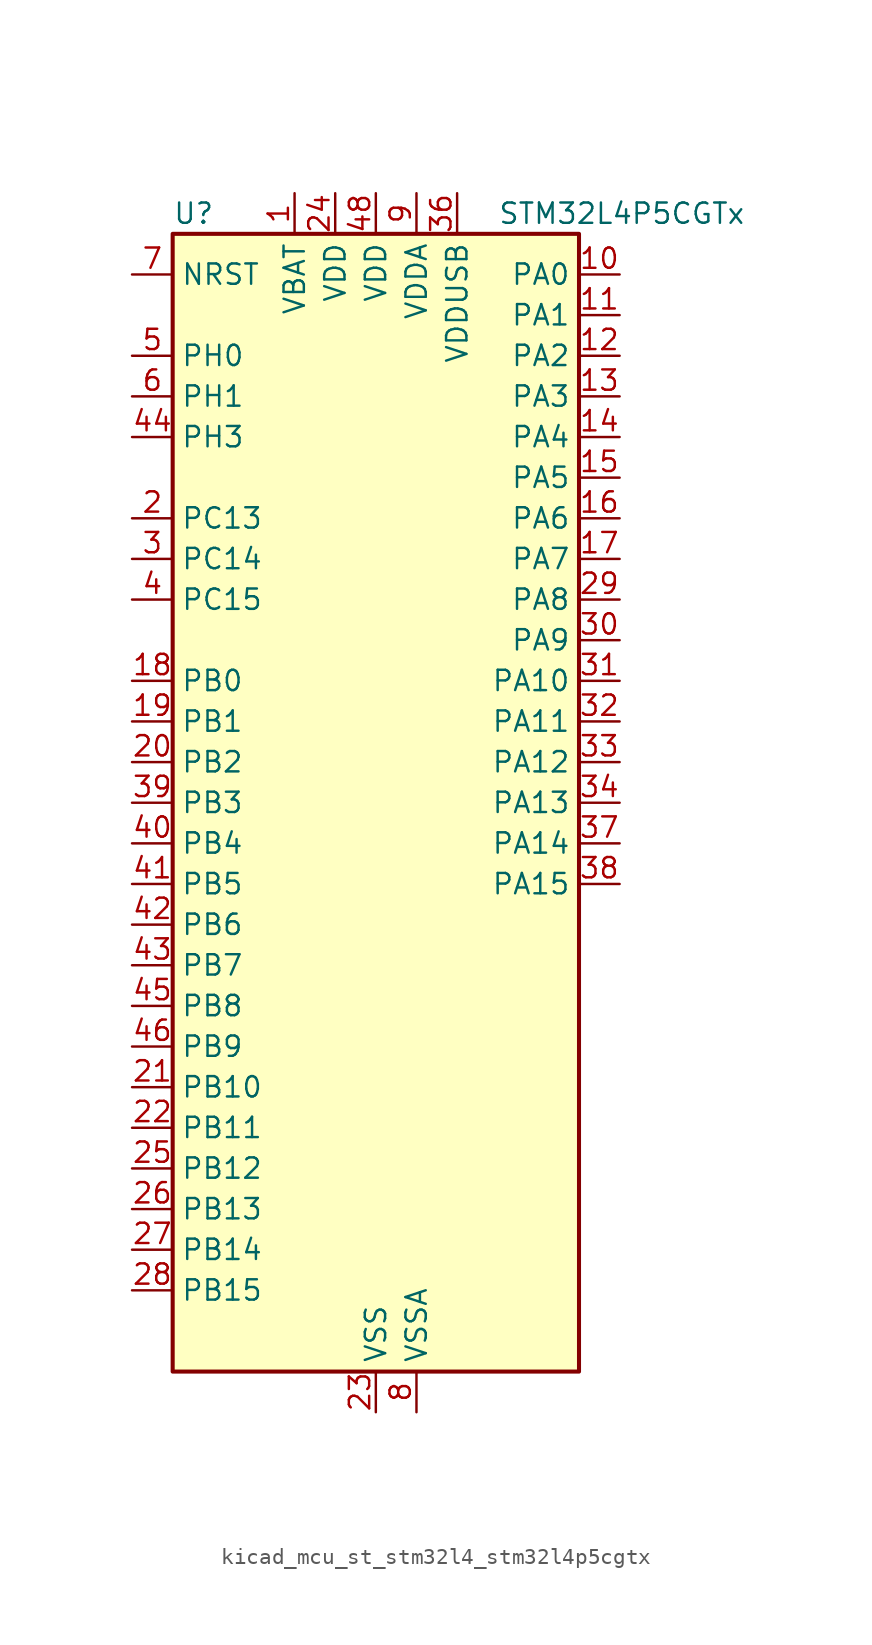
<source format=kicad_sym>
(kicad_symbol_lib
  (version 20220914)
  (generator kicad_symbol_editor)
  (symbol "kicad_mcu_st_stm32l4_stm32l4p5cgtx"
    (property "Reference" "U"
      (at -12.7 36.83 0)
      (effects (font (size 1.27 1.27)) (justify left)))
    (property "Value" "STM32L4P5CGTx"
      (at 7.62 36.83 0)
      (effects (font (size 1.27 1.27)) (justify left)))
    (property "ki_locked" ""
      (at 0 0 0)
      (effects (font (size 1.27 1.27))))
    (symbol "kicad_mcu_st_stm32l4_stm32l4p5cgtx_0_1"
      (rectangle (start -12.7 -35.56) (end 12.7 35.56) (stroke (width 0.254) (type default)) (fill (type background))))
    (symbol "kicad_mcu_st_stm32l4_stm32l4p5cgtx_1_1"
      (pin power_in line (at -5.08 38.1 270) (length 2.54) (name "VBAT" (effects (font (size 1.27 1.27)))) (number "1" (effects (font (size 1.27 1.27)))))
      (pin bidirectional line (at 15.24 33.02 180) (length 2.54) (name "PA0" (effects (font (size 1.27 1.27)))) (number "10" (effects (font (size 1.27 1.27)))) (alternate "ADC1_IN5" bidirectional line) (alternate "ADC2_IN5" bidirectional line) (alternate "OPAMP1_VINP" bidirectional line) (alternate "RTC_TAMP2" bidirectional line) (alternate "SAI1_EXTCLK" bidirectional line) (alternate "SYS_WKUP1" bidirectional line) (alternate "TIM2_CH1" bidirectional line) (alternate "TIM2_ETR" bidirectional line) (alternate "TIM5_CH1" bidirectional line) (alternate "TIM8_ETR" bidirectional line) (alternate "UART4_TX" bidirectional line) (alternate "USART2_CTS" bidirectional line) (alternate "USART2_NSS" bidirectional line))
      (pin bidirectional line (at 15.24 30.48 180) (length 2.54) (name "PA1" (effects (font (size 1.27 1.27)))) (number "11" (effects (font (size 1.27 1.27)))) (alternate "ADC1_IN6" bidirectional line) (alternate "ADC2_IN6" bidirectional line) (alternate "I2C1_SMBA" bidirectional line) (alternate "OCTOSPIM_P1_DQS" bidirectional line) (alternate "OPAMP1_VINM" bidirectional line) (alternate "SDMMC2_CMD" bidirectional line) (alternate "SPI1_SCK" bidirectional line) (alternate "TIM15_CH1N" bidirectional line) (alternate "TIM2_CH2" bidirectional line) (alternate "TIM5_CH2" bidirectional line) (alternate "UART4_RX" bidirectional line) (alternate "USART2_DE" bidirectional line) (alternate "USART2_RTS" bidirectional line))
      (pin bidirectional line (at 15.24 27.94 180) (length 2.54) (name "PA2" (effects (font (size 1.27 1.27)))) (number "12" (effects (font (size 1.27 1.27)))) (alternate "ADC1_IN7" bidirectional line) (alternate "ADC2_IN7" bidirectional line) (alternate "LPUART1_TX" bidirectional line) (alternate "OCTOSPIM_P1_NCS" bidirectional line) (alternate "RCC_LSCO" bidirectional line) (alternate "SAI2_EXTCLK" bidirectional line) (alternate "SYS_WKUP4" bidirectional line) (alternate "TIM15_CH1" bidirectional line) (alternate "TIM2_CH3" bidirectional line) (alternate "TIM5_CH3" bidirectional line) (alternate "USART2_TX" bidirectional line))
      (pin bidirectional line (at 15.24 25.4 180) (length 2.54) (name "PA3" (effects (font (size 1.27 1.27)))) (number "13" (effects (font (size 1.27 1.27)))) (alternate "ADC1_IN8" bidirectional line) (alternate "ADC2_IN8" bidirectional line) (alternate "LPUART1_RX" bidirectional line) (alternate "OCTOSPIM_P1_CLK" bidirectional line) (alternate "OPAMP1_VOUT" bidirectional line) (alternate "SAI1_CK1" bidirectional line) (alternate "SAI1_MCLK_A" bidirectional line) (alternate "TIM15_CH2" bidirectional line) (alternate "TIM2_CH4" bidirectional line) (alternate "TIM5_CH4" bidirectional line) (alternate "USART2_RX" bidirectional line))
      (pin bidirectional line (at 15.24 22.86 180) (length 2.54) (name "PA4" (effects (font (size 1.27 1.27)))) (number "14" (effects (font (size 1.27 1.27)))) (alternate "ADC1_IN9" bidirectional line) (alternate "ADC2_IN9" bidirectional line) (alternate "DAC1_OUT1" bidirectional line) (alternate "LPTIM2_OUT" bidirectional line) (alternate "LTDC_CLK" bidirectional line) (alternate "OCTOSPIM_P1_NCS" bidirectional line) (alternate "SAI1_FS_B" bidirectional line) (alternate "SPI1_NSS" bidirectional line) (alternate "SPI3_NSS" bidirectional line) (alternate "USART2_CK" bidirectional line))
      (pin bidirectional line (at 15.24 20.32 180) (length 2.54) (name "PA5" (effects (font (size 1.27 1.27)))) (number "15" (effects (font (size 1.27 1.27)))) (alternate "ADC1_IN10" bidirectional line) (alternate "ADC2_IN10" bidirectional line) (alternate "DAC1_OUT2" bidirectional line) (alternate "LPTIM2_ETR" bidirectional line) (alternate "LTDC_R7" bidirectional line) (alternate "SPI1_SCK" bidirectional line) (alternate "TIM2_CH1" bidirectional line) (alternate "TIM2_ETR" bidirectional line) (alternate "TIM8_CH1N" bidirectional line))
      (pin bidirectional line (at 15.24 17.78 180) (length 2.54) (name "PA6" (effects (font (size 1.27 1.27)))) (number "16" (effects (font (size 1.27 1.27)))) (alternate "ADC1_IN11" bidirectional line) (alternate "ADC2_IN11" bidirectional line) (alternate "LPUART1_CTS" bidirectional line) (alternate "OCTOSPIM_P1_IO3" bidirectional line) (alternate "OPAMP2_VINP" bidirectional line) (alternate "SPI1_MISO" bidirectional line) (alternate "TIM16_CH1" bidirectional line) (alternate "TIM1_BKIN" bidirectional line) (alternate "TIM3_CH1" bidirectional line) (alternate "TIM8_BKIN" bidirectional line) (alternate "USART3_CTS" bidirectional line) (alternate "USART3_NSS" bidirectional line))
      (pin bidirectional line (at 15.24 15.24 180) (length 2.54) (name "PA7" (effects (font (size 1.27 1.27)))) (number "17" (effects (font (size 1.27 1.27)))) (alternate "ADC1_IN12" bidirectional line) (alternate "ADC2_IN12" bidirectional line) (alternate "I2C3_SCL" bidirectional line) (alternate "OCTOSPIM_P1_IO2" bidirectional line) (alternate "OPAMP2_VINM" bidirectional line) (alternate "SPI1_MOSI" bidirectional line) (alternate "TIM17_CH1" bidirectional line) (alternate "TIM1_CH1N" bidirectional line) (alternate "TIM3_CH2" bidirectional line) (alternate "TIM8_CH1N" bidirectional line))
      (pin bidirectional line (at -15.24 7.62 0) (length 2.54) (name "PB0" (effects (font (size 1.27 1.27)))) (number "18" (effects (font (size 1.27 1.27)))) (alternate "ADC1_IN15" bidirectional line) (alternate "ADC2_IN15" bidirectional line) (alternate "COMP1_OUT" bidirectional line) (alternate "LTDC_B6" bidirectional line) (alternate "OCTOSPIM_P1_IO1" bidirectional line) (alternate "OPAMP2_VOUT" bidirectional line) (alternate "SAI1_EXTCLK" bidirectional line) (alternate "SPI1_NSS" bidirectional line) (alternate "TIM1_CH2N" bidirectional line) (alternate "TIM3_CH3" bidirectional line) (alternate "TIM8_CH2N" bidirectional line) (alternate "USART3_CK" bidirectional line))
      (pin bidirectional line (at -15.24 5.08 0) (length 2.54) (name "PB1" (effects (font (size 1.27 1.27)))) (number "19" (effects (font (size 1.27 1.27)))) (alternate "ADC1_IN16" bidirectional line) (alternate "ADC2_IN16" bidirectional line) (alternate "COMP1_INM" bidirectional line) (alternate "DFSDM1_DATIN0" bidirectional line) (alternate "LPTIM2_IN1" bidirectional line) (alternate "LPUART1_DE" bidirectional line) (alternate "LPUART1_RTS" bidirectional line) (alternate "LTDC_G6" bidirectional line) (alternate "OCTOSPIM_P1_IO0" bidirectional line) (alternate "TIM1_CH3N" bidirectional line) (alternate "TIM3_CH4" bidirectional line) (alternate "TIM8_CH3N" bidirectional line) (alternate "USART3_DE" bidirectional line) (alternate "USART3_RTS" bidirectional line))
      (pin bidirectional line (at -15.24 17.78 0) (length 2.54) (name "PC13" (effects (font (size 1.27 1.27)))) (number "2" (effects (font (size 1.27 1.27)))) (alternate "RTC_OUT1" bidirectional line) (alternate "RTC_TAMP1" bidirectional line) (alternate "RTC_TS" bidirectional line) (alternate "SYS_WKUP2" bidirectional line))
      (pin bidirectional line (at -15.24 2.54 0) (length 2.54) (name "PB2" (effects (font (size 1.27 1.27)))) (number "20" (effects (font (size 1.27 1.27)))) (alternate "COMP1_INP" bidirectional line) (alternate "DFSDM1_CKIN0" bidirectional line) (alternate "I2C3_SMBA" bidirectional line) (alternate "LPTIM1_OUT" bidirectional line) (alternate "OCTOSPIM_P1_DQS" bidirectional line) (alternate "RTC_OUT2" bidirectional line))
      (pin bidirectional line (at -15.24 -17.78 0) (length 2.54) (name "PB10" (effects (font (size 1.27 1.27)))) (number "21" (effects (font (size 1.27 1.27)))) (alternate "COMP1_OUT" bidirectional line) (alternate "I2C2_SCL" bidirectional line) (alternate "I2C4_SCL" bidirectional line) (alternate "LPUART1_RX" bidirectional line) (alternate "OCTOSPIM_P1_CLK" bidirectional line) (alternate "OCTOSPIM_P1_IO3" bidirectional line) (alternate "SAI1_SCK_A" bidirectional line) (alternate "SPI2_SCK" bidirectional line) (alternate "TIM2_CH3" bidirectional line) (alternate "TSC_SYNC" bidirectional line) (alternate "USART3_TX" bidirectional line))
      (pin bidirectional line (at -15.24 -20.32 0) (length 2.54) (name "PB11" (effects (font (size 1.27 1.27)))) (number "22" (effects (font (size 1.27 1.27)))) (alternate "ADC1_EXTI11" bidirectional line) (alternate "ADC2_EXTI11" bidirectional line) (alternate "COMP2_OUT" bidirectional line) (alternate "I2C2_SDA" bidirectional line) (alternate "I2C4_SDA" bidirectional line) (alternate "LPUART1_TX" bidirectional line) (alternate "LTDC_VSYNC" bidirectional line) (alternate "OCTOSPIM_P1_NCS" bidirectional line) (alternate "TIM2_CH4" bidirectional line) (alternate "USART3_RX" bidirectional line))
      (pin power_in line (at 0 -38.1 90) (length 2.54) (name "VSS" (effects (font (size 1.27 1.27)))) (number "23" (effects (font (size 1.27 1.27)))))
      (pin power_in line (at -2.54 38.1 270) (length 2.54) (name "VDD" (effects (font (size 1.27 1.27)))) (number "24" (effects (font (size 1.27 1.27)))))
      (pin bidirectional line (at -15.24 -22.86 0) (length 2.54) (name "PB12" (effects (font (size 1.27 1.27)))) (number "25" (effects (font (size 1.27 1.27)))) (alternate "DFSDM1_DATIN1" bidirectional line) (alternate "I2C2_SMBA" bidirectional line) (alternate "LPUART1_DE" bidirectional line) (alternate "LPUART1_RTS" bidirectional line) (alternate "OCTOSPIM_P1_NCLK" bidirectional line) (alternate "SAI2_FS_A" bidirectional line) (alternate "SDMMC2_CK" bidirectional line) (alternate "SPI2_NSS" bidirectional line) (alternate "TIM15_BKIN" bidirectional line) (alternate "TIM1_BKIN" bidirectional line) (alternate "TSC_G1_IO1" bidirectional line) (alternate "USART3_CK" bidirectional line))
      (pin bidirectional line (at -15.24 -25.4 0) (length 2.54) (name "PB13" (effects (font (size 1.27 1.27)))) (number "26" (effects (font (size 1.27 1.27)))) (alternate "DFSDM1_CKIN1" bidirectional line) (alternate "I2C2_SCL" bidirectional line) (alternate "LPUART1_CTS" bidirectional line) (alternate "OCTOSPIM_P1_IO1" bidirectional line) (alternate "SAI2_SCK_A" bidirectional line) (alternate "SPI2_SCK" bidirectional line) (alternate "TIM15_CH1N" bidirectional line) (alternate "TIM1_CH1N" bidirectional line) (alternate "TSC_G1_IO2" bidirectional line) (alternate "USART3_CTS" bidirectional line) (alternate "USART3_NSS" bidirectional line))
      (pin bidirectional line (at -15.24 -27.94 0) (length 2.54) (name "PB14" (effects (font (size 1.27 1.27)))) (number "27" (effects (font (size 1.27 1.27)))) (alternate "DFSDM1_DATIN2" bidirectional line) (alternate "I2C2_SDA" bidirectional line) (alternate "OCTOSPIM_P1_IO6" bidirectional line) (alternate "SAI2_MCLK_A" bidirectional line) (alternate "SDMMC2_D0" bidirectional line) (alternate "SPI2_MISO" bidirectional line) (alternate "TIM15_CH1" bidirectional line) (alternate "TIM1_CH2N" bidirectional line) (alternate "TIM8_CH2N" bidirectional line) (alternate "TSC_G1_IO3" bidirectional line) (alternate "USART3_DE" bidirectional line) (alternate "USART3_RTS" bidirectional line))
      (pin bidirectional line (at -15.24 -30.48 0) (length 2.54) (name "PB15" (effects (font (size 1.27 1.27)))) (number "28" (effects (font (size 1.27 1.27)))) (alternate "ADC1_EXTI15" bidirectional line) (alternate "ADC2_EXTI15" bidirectional line) (alternate "DFSDM1_CKIN2" bidirectional line) (alternate "OCTOSPIM_P1_IO7" bidirectional line) (alternate "RTC_REFIN" bidirectional line) (alternate "SAI2_SD_A" bidirectional line) (alternate "SDMMC2_D1" bidirectional line) (alternate "SPI2_MOSI" bidirectional line) (alternate "TIM15_CH2" bidirectional line) (alternate "TIM1_CH3N" bidirectional line) (alternate "TIM8_CH3N" bidirectional line) (alternate "TSC_G1_IO4" bidirectional line))
      (pin bidirectional line (at 15.24 12.7 180) (length 2.54) (name "PA8" (effects (font (size 1.27 1.27)))) (number "29" (effects (font (size 1.27 1.27)))) (alternate "LPTIM2_OUT" bidirectional line) (alternate "LTDC_B7" bidirectional line) (alternate "RCC_MCO" bidirectional line) (alternate "SAI1_CK2" bidirectional line) (alternate "SAI1_SCK_A" bidirectional line) (alternate "TIM1_CH1" bidirectional line) (alternate "USART1_CK" bidirectional line) (alternate "USB_OTG_FS_SOF" bidirectional line))
      (pin bidirectional line (at -15.24 15.24 0) (length 2.54) (name "PC14" (effects (font (size 1.27 1.27)))) (number "3" (effects (font (size 1.27 1.27)))) (alternate "RCC_OSC32_IN" bidirectional line))
      (pin bidirectional line (at 15.24 10.16 180) (length 2.54) (name "PA9" (effects (font (size 1.27 1.27)))) (number "30" (effects (font (size 1.27 1.27)))) (alternate "DAC1_EXTI9" bidirectional line) (alternate "LTDC_G7" bidirectional line) (alternate "SAI1_FS_A" bidirectional line) (alternate "SPI2_SCK" bidirectional line) (alternate "TIM15_BKIN" bidirectional line) (alternate "TIM1_CH2" bidirectional line) (alternate "USART1_TX" bidirectional line) (alternate "USB_OTG_FS_VBUS" bidirectional line))
      (pin bidirectional line (at 15.24 7.62 180) (length 2.54) (name "PA10" (effects (font (size 1.27 1.27)))) (number "31" (effects (font (size 1.27 1.27)))) (alternate "LTDC_G6" bidirectional line) (alternate "SAI1_D1" bidirectional line) (alternate "SAI1_SD_A" bidirectional line) (alternate "TIM17_BKIN" bidirectional line) (alternate "TIM1_CH3" bidirectional line) (alternate "USART1_RX" bidirectional line) (alternate "USB_OTG_FS_ID" bidirectional line))
      (pin bidirectional line (at 15.24 5.08 180) (length 2.54) (name "PA11" (effects (font (size 1.27 1.27)))) (number "32" (effects (font (size 1.27 1.27)))) (alternate "ADC1_EXTI11" bidirectional line) (alternate "ADC2_EXTI11" bidirectional line) (alternate "CAN1_RX" bidirectional line) (alternate "LTDC_DE" bidirectional line) (alternate "SPI1_MISO" bidirectional line) (alternate "TIM1_BKIN2" bidirectional line) (alternate "TIM1_CH4" bidirectional line) (alternate "USART1_CTS" bidirectional line) (alternate "USART1_NSS" bidirectional line) (alternate "USB_OTG_FS_DM" bidirectional line))
      (pin bidirectional line (at 15.24 2.54 180) (length 2.54) (name "PA12" (effects (font (size 1.27 1.27)))) (number "33" (effects (font (size 1.27 1.27)))) (alternate "CAN1_TX" bidirectional line) (alternate "LTDC_VSYNC" bidirectional line) (alternate "OCTOSPIM_P2_NCS" bidirectional line) (alternate "SPI1_MOSI" bidirectional line) (alternate "TIM1_ETR" bidirectional line) (alternate "USART1_DE" bidirectional line) (alternate "USART1_RTS" bidirectional line) (alternate "USB_OTG_FS_DP" bidirectional line))
      (pin bidirectional line (at 15.24 0 180) (length 2.54) (name "PA13" (effects (font (size 1.27 1.27)))) (number "34" (effects (font (size 1.27 1.27)))) (alternate "IR_OUT" bidirectional line) (alternate "SAI1_SD_B" bidirectional line) (alternate "SYS_JTMS-SWDIO" bidirectional line) (alternate "USB_OTG_FS_NOE" bidirectional line))
      (pin passive line (at 0 -38.1 90) (length 2.54) hide (name "VSS" (effects (font (size 1.27 1.27)))) (number "35" (effects (font (size 1.27 1.27)))))
      (pin power_in line (at 5.08 38.1 270) (length 2.54) (name "VDDUSB" (effects (font (size 1.27 1.27)))) (number "36" (effects (font (size 1.27 1.27)))))
      (pin bidirectional line (at 15.24 -2.54 180) (length 2.54) (name "PA14" (effects (font (size 1.27 1.27)))) (number "37" (effects (font (size 1.27 1.27)))) (alternate "I2C1_SMBA" bidirectional line) (alternate "I2C4_SMBA" bidirectional line) (alternate "LPTIM1_OUT" bidirectional line) (alternate "SAI1_FS_B" bidirectional line) (alternate "SYS_JTCK-SWCLK" bidirectional line) (alternate "USB_OTG_FS_SOF" bidirectional line))
      (pin bidirectional line (at 15.24 -5.08 180) (length 2.54) (name "PA15" (effects (font (size 1.27 1.27)))) (number "38" (effects (font (size 1.27 1.27)))) (alternate "ADC1_EXTI15" bidirectional line) (alternate "ADC2_EXTI15" bidirectional line) (alternate "LTDC_HSYNC" bidirectional line) (alternate "SAI2_FS_B" bidirectional line) (alternate "SPI1_NSS" bidirectional line) (alternate "SPI3_NSS" bidirectional line) (alternate "SYS_JTDI" bidirectional line) (alternate "TIM2_CH1" bidirectional line) (alternate "TIM2_ETR" bidirectional line) (alternate "TSC_G3_IO1" bidirectional line) (alternate "UART4_DE" bidirectional line) (alternate "UART4_RTS" bidirectional line) (alternate "USART2_RX" bidirectional line) (alternate "USART3_DE" bidirectional line) (alternate "USART3_RTS" bidirectional line))
      (pin bidirectional line (at -15.24 0 0) (length 2.54) (name "PB3" (effects (font (size 1.27 1.27)))) (number "39" (effects (font (size 1.27 1.27)))) (alternate "COMP2_INM" bidirectional line) (alternate "CRS_SYNC" bidirectional line) (alternate "OCTOSPIM_P1_IO4" bidirectional line) (alternate "SAI1_SCK_B" bidirectional line) (alternate "SDMMC2_D2" bidirectional line) (alternate "SPI1_SCK" bidirectional line) (alternate "SPI3_SCK" bidirectional line) (alternate "SYS_JTDO-SWO" bidirectional line) (alternate "TIM2_CH2" bidirectional line) (alternate "USART1_DE" bidirectional line) (alternate "USART1_RTS" bidirectional line))
      (pin bidirectional line (at -15.24 12.7 0) (length 2.54) (name "PC15" (effects (font (size 1.27 1.27)))) (number "4" (effects (font (size 1.27 1.27)))) (alternate "ADC1_EXTI15" bidirectional line) (alternate "ADC2_EXTI15" bidirectional line) (alternate "RCC_OSC32_OUT" bidirectional line))
      (pin bidirectional line (at -15.24 -2.54 0) (length 2.54) (name "PB4" (effects (font (size 1.27 1.27)))) (number "40" (effects (font (size 1.27 1.27)))) (alternate "COMP2_INP" bidirectional line) (alternate "I2C3_SDA" bidirectional line) (alternate "OCTOSPIM_P1_IO5" bidirectional line) (alternate "SAI1_MCLK_B" bidirectional line) (alternate "SDMMC2_D3" bidirectional line) (alternate "SPI1_MISO" bidirectional line) (alternate "SPI3_MISO" bidirectional line) (alternate "SYS_JTRST" bidirectional line) (alternate "TIM17_BKIN" bidirectional line) (alternate "TIM3_CH1" bidirectional line) (alternate "TSC_G2_IO1" bidirectional line) (alternate "USART1_CTS" bidirectional line) (alternate "USART1_NSS" bidirectional line))
      (pin bidirectional line (at -15.24 -5.08 0) (length 2.54) (name "PB5" (effects (font (size 1.27 1.27)))) (number "41" (effects (font (size 1.27 1.27)))) (alternate "COMP2_OUT" bidirectional line) (alternate "I2C1_SMBA" bidirectional line) (alternate "LPTIM1_IN1" bidirectional line) (alternate "OCTOSPIM_P1_IO0" bidirectional line) (alternate "SAI1_SD_B" bidirectional line) (alternate "SPI1_MOSI" bidirectional line) (alternate "SPI3_MOSI" bidirectional line) (alternate "TIM16_BKIN" bidirectional line) (alternate "TIM3_CH2" bidirectional line) (alternate "TSC_G2_IO2" bidirectional line) (alternate "USART1_CK" bidirectional line))
      (pin bidirectional line (at -15.24 -7.62 0) (length 2.54) (name "PB6" (effects (font (size 1.27 1.27)))) (number "42" (effects (font (size 1.27 1.27)))) (alternate "COMP2_INP" bidirectional line) (alternate "I2C1_SCL" bidirectional line) (alternate "I2C4_SCL" bidirectional line) (alternate "LPTIM1_ETR" bidirectional line) (alternate "LTDC_R6" bidirectional line) (alternate "SAI1_FS_B" bidirectional line) (alternate "TIM16_CH1N" bidirectional line) (alternate "TIM4_CH1" bidirectional line) (alternate "TIM8_BKIN2" bidirectional line) (alternate "TSC_G2_IO3" bidirectional line) (alternate "USART1_TX" bidirectional line))
      (pin bidirectional line (at -15.24 -10.16 0) (length 2.54) (name "PB7" (effects (font (size 1.27 1.27)))) (number "43" (effects (font (size 1.27 1.27)))) (alternate "COMP2_INM" bidirectional line) (alternate "I2C1_SDA" bidirectional line) (alternate "I2C4_SDA" bidirectional line) (alternate "LPTIM1_IN2" bidirectional line) (alternate "LTDC_VSYNC" bidirectional line) (alternate "SYS_PVD_IN" bidirectional line) (alternate "TIM17_CH1N" bidirectional line) (alternate "TIM4_CH2" bidirectional line) (alternate "TIM8_BKIN" bidirectional line) (alternate "TSC_G2_IO4" bidirectional line) (alternate "UART4_CTS" bidirectional line) (alternate "USART1_RX" bidirectional line))
      (pin bidirectional line (at -15.24 22.86 0) (length 2.54) (name "PH3" (effects (font (size 1.27 1.27)))) (number "44" (effects (font (size 1.27 1.27)))))
      (pin bidirectional line (at -15.24 -12.7 0) (length 2.54) (name "PB8" (effects (font (size 1.27 1.27)))) (number "45" (effects (font (size 1.27 1.27)))) (alternate "CAN1_RX" bidirectional line) (alternate "DFSDM1_CKOUT" bidirectional line) (alternate "I2C1_SCL" bidirectional line) (alternate "LTDC_DE" bidirectional line) (alternate "SAI1_CK1" bidirectional line) (alternate "SAI1_MCLK_A" bidirectional line) (alternate "SDMMC2_D4" bidirectional line) (alternate "TIM16_CH1" bidirectional line) (alternate "TIM4_CH3" bidirectional line))
      (pin bidirectional line (at -15.24 -15.24 0) (length 2.54) (name "PB9" (effects (font (size 1.27 1.27)))) (number "46" (effects (font (size 1.27 1.27)))) (alternate "CAN1_TX" bidirectional line) (alternate "DAC1_EXTI9" bidirectional line) (alternate "I2C1_SDA" bidirectional line) (alternate "IR_OUT" bidirectional line) (alternate "SAI1_D2" bidirectional line) (alternate "SAI1_FS_A" bidirectional line) (alternate "SDMMC2_D5" bidirectional line) (alternate "SPI2_NSS" bidirectional line) (alternate "TIM17_CH1" bidirectional line) (alternate "TIM4_CH4" bidirectional line))
      (pin passive line (at 0 -38.1 90) (length 2.54) hide (name "VSS" (effects (font (size 1.27 1.27)))) (number "47" (effects (font (size 1.27 1.27)))))
      (pin power_in line (at 0 38.1 270) (length 2.54) (name "VDD" (effects (font (size 1.27 1.27)))) (number "48" (effects (font (size 1.27 1.27)))))
      (pin bidirectional line (at -15.24 27.94 0) (length 2.54) (name "PH0" (effects (font (size 1.27 1.27)))) (number "5" (effects (font (size 1.27 1.27)))) (alternate "RCC_OSC_IN" bidirectional line))
      (pin bidirectional line (at -15.24 25.4 0) (length 2.54) (name "PH1" (effects (font (size 1.27 1.27)))) (number "6" (effects (font (size 1.27 1.27)))) (alternate "RCC_OSC_OUT" bidirectional line))
      (pin input line (at -15.24 33.02 0) (length 2.54) (name "NRST" (effects (font (size 1.27 1.27)))) (number "7" (effects (font (size 1.27 1.27)))))
      (pin power_in line (at 2.54 -38.1 90) (length 2.54) (name "VSSA" (effects (font (size 1.27 1.27)))) (number "8" (effects (font (size 1.27 1.27)))))
      (pin power_in line (at 2.54 38.1 270) (length 2.54) (name "VDDA" (effects (font (size 1.27 1.27)))) (number "9" (effects (font (size 1.27 1.27))))))))
</source>
